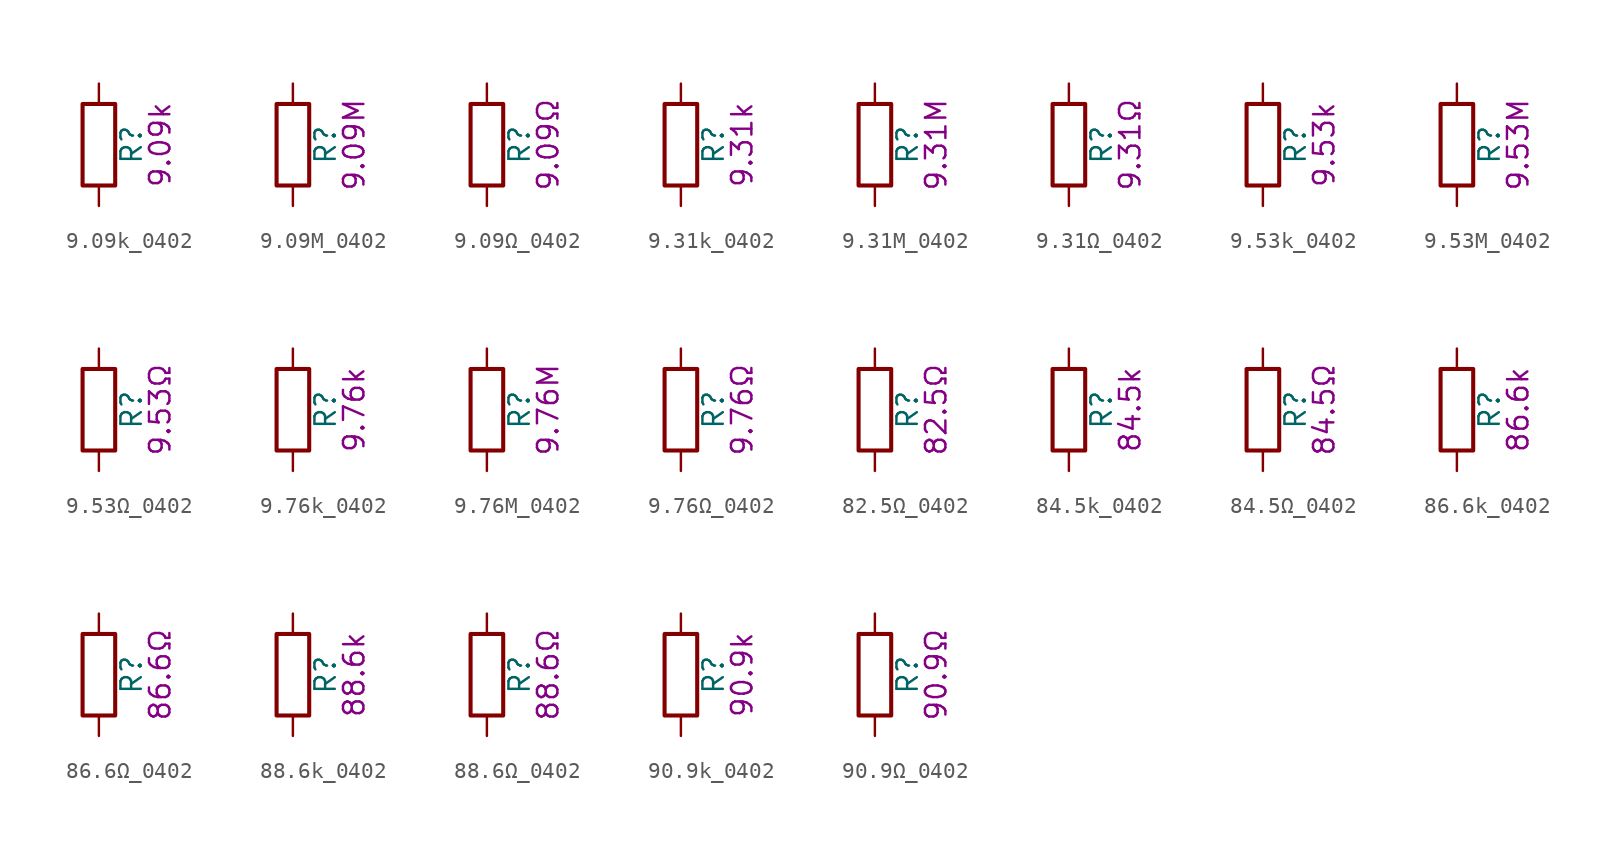
<source format=kicad_sym>
(kicad_symbol_lib
  (version 20211014)
  (generator kicad_symbol_editor)
  (symbol "9.09k_0402"
    (pin_numbers hide)
    (pin_names
      (offset 0))
    (property "Reference" "R"
      (at 2.032 0 90)
      (effects (font (size 1.27 1.27))))
    (property "Display" "9.09k"
      (at 3.81 0 90)
      (effects (font (size 1.27 1.27))))
    (symbol "9.09k_0402_0_1"
      (rectangle (start -1.016 -2.54) (end 1.016 2.54) (stroke (width 0.254) (type default) (color 0 0 0 0)) (fill (type none))))
    (symbol "9.09k_0402_1_1"
      (pin passive line (at 0 3.81 270) (length 1.27) (name "~" (effects (font (size 1.27 1.27)))) (number "1" (effects (font (size 1.27 1.27)))))
      (pin passive line (at 0 -3.81 90) (length 1.27) (name "~" (effects (font (size 1.27 1.27)))) (number "2" (effects (font (size 1.27 1.27)))))))
  (symbol "9.09M_0402"
    (pin_numbers hide)
    (pin_names
      (offset 0))
    (property "Reference" "R"
      (at 2.032 0 90)
      (effects (font (size 1.27 1.27))))
    (property "Display" "9.09M"
      (at 3.81 0 90)
      (effects (font (size 1.27 1.27))))
    (symbol "9.09M_0402_0_1"
      (rectangle (start -1.016 -2.54) (end 1.016 2.54) (stroke (width 0.254) (type default) (color 0 0 0 0)) (fill (type none))))
    (symbol "9.09M_0402_1_1"
      (pin passive line (at 0 3.81 270) (length 1.27) (name "~" (effects (font (size 1.27 1.27)))) (number "1" (effects (font (size 1.27 1.27)))))
      (pin passive line (at 0 -3.81 90) (length 1.27) (name "~" (effects (font (size 1.27 1.27)))) (number "2" (effects (font (size 1.27 1.27)))))))
  (symbol "9.09Ω_0402"
    (pin_numbers hide)
    (pin_names
      (offset 0))
    (property "Reference" "R"
      (at 2.032 0 90)
      (effects (font (size 1.27 1.27))))
    (property "Display" "9.09Ω"
      (at 3.81 0 90)
      (effects (font (size 1.27 1.27))))
    (symbol "9.09Ω_0402_0_1"
      (rectangle (start -1.016 -2.54) (end 1.016 2.54) (stroke (width 0.254) (type default) (color 0 0 0 0)) (fill (type none))))
    (symbol "9.09Ω_0402_1_1"
      (pin passive line (at 0 3.81 270) (length 1.27) (name "~" (effects (font (size 1.27 1.27)))) (number "1" (effects (font (size 1.27 1.27)))))
      (pin passive line (at 0 -3.81 90) (length 1.27) (name "~" (effects (font (size 1.27 1.27)))) (number "2" (effects (font (size 1.27 1.27)))))))
  (symbol "9.31k_0402"
    (pin_numbers hide)
    (pin_names
      (offset 0))
    (property "Reference" "R"
      (at 2.032 0 90)
      (effects (font (size 1.27 1.27))))
    (property "Display" "9.31k"
      (at 3.81 0 90)
      (effects (font (size 1.27 1.27))))
    (symbol "9.31k_0402_0_1"
      (rectangle (start -1.016 -2.54) (end 1.016 2.54) (stroke (width 0.254) (type default) (color 0 0 0 0)) (fill (type none))))
    (symbol "9.31k_0402_1_1"
      (pin passive line (at 0 3.81 270) (length 1.27) (name "~" (effects (font (size 1.27 1.27)))) (number "1" (effects (font (size 1.27 1.27)))))
      (pin passive line (at 0 -3.81 90) (length 1.27) (name "~" (effects (font (size 1.27 1.27)))) (number "2" (effects (font (size 1.27 1.27)))))))
  (symbol "9.31M_0402"
    (pin_numbers hide)
    (pin_names
      (offset 0))
    (property "Reference" "R"
      (at 2.032 0 90)
      (effects (font (size 1.27 1.27))))
    (property "Display" "9.31M"
      (at 3.81 0 90)
      (effects (font (size 1.27 1.27))))
    (symbol "9.31M_0402_0_1"
      (rectangle (start -1.016 -2.54) (end 1.016 2.54) (stroke (width 0.254) (type default) (color 0 0 0 0)) (fill (type none))))
    (symbol "9.31M_0402_1_1"
      (pin passive line (at 0 3.81 270) (length 1.27) (name "~" (effects (font (size 1.27 1.27)))) (number "1" (effects (font (size 1.27 1.27)))))
      (pin passive line (at 0 -3.81 90) (length 1.27) (name "~" (effects (font (size 1.27 1.27)))) (number "2" (effects (font (size 1.27 1.27)))))))
  (symbol "9.31Ω_0402"
    (pin_numbers hide)
    (pin_names
      (offset 0))
    (property "Reference" "R"
      (at 2.032 0 90)
      (effects (font (size 1.27 1.27))))
    (property "Display" "9.31Ω"
      (at 3.81 0 90)
      (effects (font (size 1.27 1.27))))
    (symbol "9.31Ω_0402_0_1"
      (rectangle (start -1.016 -2.54) (end 1.016 2.54) (stroke (width 0.254) (type default) (color 0 0 0 0)) (fill (type none))))
    (symbol "9.31Ω_0402_1_1"
      (pin passive line (at 0 3.81 270) (length 1.27) (name "~" (effects (font (size 1.27 1.27)))) (number "1" (effects (font (size 1.27 1.27)))))
      (pin passive line (at 0 -3.81 90) (length 1.27) (name "~" (effects (font (size 1.27 1.27)))) (number "2" (effects (font (size 1.27 1.27)))))))
  (symbol "9.53k_0402"
    (pin_numbers hide)
    (pin_names
      (offset 0))
    (property "Reference" "R"
      (at 2.032 0 90)
      (effects (font (size 1.27 1.27))))
    (property "Display" "9.53k"
      (at 3.81 0 90)
      (effects (font (size 1.27 1.27))))
    (symbol "9.53k_0402_0_1"
      (rectangle (start -1.016 -2.54) (end 1.016 2.54) (stroke (width 0.254) (type default) (color 0 0 0 0)) (fill (type none))))
    (symbol "9.53k_0402_1_1"
      (pin passive line (at 0 3.81 270) (length 1.27) (name "~" (effects (font (size 1.27 1.27)))) (number "1" (effects (font (size 1.27 1.27)))))
      (pin passive line (at 0 -3.81 90) (length 1.27) (name "~" (effects (font (size 1.27 1.27)))) (number "2" (effects (font (size 1.27 1.27)))))))
  (symbol "9.53M_0402"
    (pin_numbers hide)
    (pin_names
      (offset 0))
    (property "Reference" "R"
      (at 2.032 0 90)
      (effects (font (size 1.27 1.27))))
    (property "Display" "9.53M"
      (at 3.81 0 90)
      (effects (font (size 1.27 1.27))))
    (symbol "9.53M_0402_0_1"
      (rectangle (start -1.016 -2.54) (end 1.016 2.54) (stroke (width 0.254) (type default) (color 0 0 0 0)) (fill (type none))))
    (symbol "9.53M_0402_1_1"
      (pin passive line (at 0 3.81 270) (length 1.27) (name "~" (effects (font (size 1.27 1.27)))) (number "1" (effects (font (size 1.27 1.27)))))
      (pin passive line (at 0 -3.81 90) (length 1.27) (name "~" (effects (font (size 1.27 1.27)))) (number "2" (effects (font (size 1.27 1.27)))))))
  (symbol "9.53Ω_0402"
    (pin_numbers hide)
    (pin_names
      (offset 0))
    (property "Reference" "R"
      (at 2.032 0 90)
      (effects (font (size 1.27 1.27))))
    (property "Display" "9.53Ω"
      (at 3.81 0 90)
      (effects (font (size 1.27 1.27))))
    (symbol "9.53Ω_0402_0_1"
      (rectangle (start -1.016 -2.54) (end 1.016 2.54) (stroke (width 0.254) (type default) (color 0 0 0 0)) (fill (type none))))
    (symbol "9.53Ω_0402_1_1"
      (pin passive line (at 0 3.81 270) (length 1.27) (name "~" (effects (font (size 1.27 1.27)))) (number "1" (effects (font (size 1.27 1.27)))))
      (pin passive line (at 0 -3.81 90) (length 1.27) (name "~" (effects (font (size 1.27 1.27)))) (number "2" (effects (font (size 1.27 1.27)))))))
  (symbol "9.76k_0402"
    (pin_numbers hide)
    (pin_names
      (offset 0))
    (property "Reference" "R"
      (at 2.032 0 90)
      (effects (font (size 1.27 1.27))))
    (property "Display" "9.76k"
      (at 3.81 0 90)
      (effects (font (size 1.27 1.27))))
    (symbol "9.76k_0402_0_1"
      (rectangle (start -1.016 -2.54) (end 1.016 2.54) (stroke (width 0.254) (type default) (color 0 0 0 0)) (fill (type none))))
    (symbol "9.76k_0402_1_1"
      (pin passive line (at 0 3.81 270) (length 1.27) (name "~" (effects (font (size 1.27 1.27)))) (number "1" (effects (font (size 1.27 1.27)))))
      (pin passive line (at 0 -3.81 90) (length 1.27) (name "~" (effects (font (size 1.27 1.27)))) (number "2" (effects (font (size 1.27 1.27)))))))
  (symbol "9.76M_0402"
    (pin_numbers hide)
    (pin_names
      (offset 0))
    (property "Reference" "R"
      (at 2.032 0 90)
      (effects (font (size 1.27 1.27))))
    (property "Display" "9.76M"
      (at 3.81 0 90)
      (effects (font (size 1.27 1.27))))
    (symbol "9.76M_0402_0_1"
      (rectangle (start -1.016 -2.54) (end 1.016 2.54) (stroke (width 0.254) (type default) (color 0 0 0 0)) (fill (type none))))
    (symbol "9.76M_0402_1_1"
      (pin passive line (at 0 3.81 270) (length 1.27) (name "~" (effects (font (size 1.27 1.27)))) (number "1" (effects (font (size 1.27 1.27)))))
      (pin passive line (at 0 -3.81 90) (length 1.27) (name "~" (effects (font (size 1.27 1.27)))) (number "2" (effects (font (size 1.27 1.27)))))))
  (symbol "9.76Ω_0402"
    (pin_numbers hide)
    (pin_names
      (offset 0))
    (property "Reference" "R"
      (at 2.032 0 90)
      (effects (font (size 1.27 1.27))))
    (property "Display" "9.76Ω"
      (at 3.81 0 90)
      (effects (font (size 1.27 1.27))))
    (symbol "9.76Ω_0402_0_1"
      (rectangle (start -1.016 -2.54) (end 1.016 2.54) (stroke (width 0.254) (type default) (color 0 0 0 0)) (fill (type none))))
    (symbol "9.76Ω_0402_1_1"
      (pin passive line (at 0 3.81 270) (length 1.27) (name "~" (effects (font (size 1.27 1.27)))) (number "1" (effects (font (size 1.27 1.27)))))
      (pin passive line (at 0 -3.81 90) (length 1.27) (name "~" (effects (font (size 1.27 1.27)))) (number "2" (effects (font (size 1.27 1.27)))))))
  (symbol "82.5Ω_0402"
    (pin_numbers hide)
    (pin_names
      (offset 0))
    (property "Reference" "R"
      (at 2.032 0 90)
      (effects (font (size 1.27 1.27))))
    (property "Display" "82.5Ω"
      (at 3.81 0 90)
      (effects (font (size 1.27 1.27))))
    (symbol "82.5Ω_0402_0_1"
      (rectangle (start -1.016 -2.54) (end 1.016 2.54) (stroke (width 0.254) (type default) (color 0 0 0 0)) (fill (type none))))
    (symbol "82.5Ω_0402_1_1"
      (pin passive line (at 0 3.81 270) (length 1.27) (name "~" (effects (font (size 1.27 1.27)))) (number "1" (effects (font (size 1.27 1.27)))))
      (pin passive line (at 0 -3.81 90) (length 1.27) (name "~" (effects (font (size 1.27 1.27)))) (number "2" (effects (font (size 1.27 1.27)))))))
  (symbol "84.5k_0402"
    (pin_numbers hide)
    (pin_names
      (offset 0))
    (property "Reference" "R"
      (at 2.032 0 90)
      (effects (font (size 1.27 1.27))))
    (property "Display" "84.5k"
      (at 3.81 0 90)
      (effects (font (size 1.27 1.27))))
    (symbol "84.5k_0402_0_1"
      (rectangle (start -1.016 -2.54) (end 1.016 2.54) (stroke (width 0.254) (type default) (color 0 0 0 0)) (fill (type none))))
    (symbol "84.5k_0402_1_1"
      (pin passive line (at 0 3.81 270) (length 1.27) (name "~" (effects (font (size 1.27 1.27)))) (number "1" (effects (font (size 1.27 1.27)))))
      (pin passive line (at 0 -3.81 90) (length 1.27) (name "~" (effects (font (size 1.27 1.27)))) (number "2" (effects (font (size 1.27 1.27)))))))
  (symbol "84.5Ω_0402"
    (pin_numbers hide)
    (pin_names
      (offset 0))
    (property "Reference" "R"
      (at 2.032 0 90)
      (effects (font (size 1.27 1.27))))
    (property "Display" "84.5Ω"
      (at 3.81 0 90)
      (effects (font (size 1.27 1.27))))
    (symbol "84.5Ω_0402_0_1"
      (rectangle (start -1.016 -2.54) (end 1.016 2.54) (stroke (width 0.254) (type default) (color 0 0 0 0)) (fill (type none))))
    (symbol "84.5Ω_0402_1_1"
      (pin passive line (at 0 3.81 270) (length 1.27) (name "~" (effects (font (size 1.27 1.27)))) (number "1" (effects (font (size 1.27 1.27)))))
      (pin passive line (at 0 -3.81 90) (length 1.27) (name "~" (effects (font (size 1.27 1.27)))) (number "2" (effects (font (size 1.27 1.27)))))))
  (symbol "86.6k_0402"
    (pin_numbers hide)
    (pin_names
      (offset 0))
    (property "Reference" "R"
      (at 2.032 0 90)
      (effects (font (size 1.27 1.27))))
    (property "Display" "86.6k"
      (at 3.81 0 90)
      (effects (font (size 1.27 1.27))))
    (symbol "86.6k_0402_0_1"
      (rectangle (start -1.016 -2.54) (end 1.016 2.54) (stroke (width 0.254) (type default) (color 0 0 0 0)) (fill (type none))))
    (symbol "86.6k_0402_1_1"
      (pin passive line (at 0 3.81 270) (length 1.27) (name "~" (effects (font (size 1.27 1.27)))) (number "1" (effects (font (size 1.27 1.27)))))
      (pin passive line (at 0 -3.81 90) (length 1.27) (name "~" (effects (font (size 1.27 1.27)))) (number "2" (effects (font (size 1.27 1.27)))))))
  (symbol "86.6Ω_0402"
    (pin_numbers hide)
    (pin_names
      (offset 0))
    (property "Reference" "R"
      (at 2.032 0 90)
      (effects (font (size 1.27 1.27))))
    (property "Display" "86.6Ω"
      (at 3.81 0 90)
      (effects (font (size 1.27 1.27))))
    (symbol "86.6Ω_0402_0_1"
      (rectangle (start -1.016 -2.54) (end 1.016 2.54) (stroke (width 0.254) (type default) (color 0 0 0 0)) (fill (type none))))
    (symbol "86.6Ω_0402_1_1"
      (pin passive line (at 0 3.81 270) (length 1.27) (name "~" (effects (font (size 1.27 1.27)))) (number "1" (effects (font (size 1.27 1.27)))))
      (pin passive line (at 0 -3.81 90) (length 1.27) (name "~" (effects (font (size 1.27 1.27)))) (number "2" (effects (font (size 1.27 1.27)))))))
  (symbol "88.6k_0402"
    (pin_numbers hide)
    (pin_names
      (offset 0))
    (property "Reference" "R"
      (at 2.032 0 90)
      (effects (font (size 1.27 1.27))))
    (property "Display" "88.6k"
      (at 3.81 0 90)
      (effects (font (size 1.27 1.27))))
    (symbol "88.6k_0402_0_1"
      (rectangle (start -1.016 -2.54) (end 1.016 2.54) (stroke (width 0.254) (type default) (color 0 0 0 0)) (fill (type none))))
    (symbol "88.6k_0402_1_1"
      (pin passive line (at 0 3.81 270) (length 1.27) (name "~" (effects (font (size 1.27 1.27)))) (number "1" (effects (font (size 1.27 1.27)))))
      (pin passive line (at 0 -3.81 90) (length 1.27) (name "~" (effects (font (size 1.27 1.27)))) (number "2" (effects (font (size 1.27 1.27)))))))
  (symbol "88.6Ω_0402"
    (pin_numbers hide)
    (pin_names
      (offset 0))
    (property "Reference" "R"
      (at 2.032 0 90)
      (effects (font (size 1.27 1.27))))
    (property "Display" "88.6Ω"
      (at 3.81 0 90)
      (effects (font (size 1.27 1.27))))
    (symbol "88.6Ω_0402_0_1"
      (rectangle (start -1.016 -2.54) (end 1.016 2.54) (stroke (width 0.254) (type default) (color 0 0 0 0)) (fill (type none))))
    (symbol "88.6Ω_0402_1_1"
      (pin passive line (at 0 3.81 270) (length 1.27) (name "~" (effects (font (size 1.27 1.27)))) (number "1" (effects (font (size 1.27 1.27)))))
      (pin passive line (at 0 -3.81 90) (length 1.27) (name "~" (effects (font (size 1.27 1.27)))) (number "2" (effects (font (size 1.27 1.27)))))))
  (symbol "90.9k_0402"
    (pin_numbers hide)
    (pin_names
      (offset 0))
    (property "Reference" "R"
      (at 2.032 0 90)
      (effects (font (size 1.27 1.27))))
    (property "Display" "90.9k"
      (at 3.81 0 90)
      (effects (font (size 1.27 1.27))))
    (symbol "90.9k_0402_0_1"
      (rectangle (start -1.016 -2.54) (end 1.016 2.54) (stroke (width 0.254) (type default) (color 0 0 0 0)) (fill (type none))))
    (symbol "90.9k_0402_1_1"
      (pin passive line (at 0 3.81 270) (length 1.27) (name "~" (effects (font (size 1.27 1.27)))) (number "1" (effects (font (size 1.27 1.27)))))
      (pin passive line (at 0 -3.81 90) (length 1.27) (name "~" (effects (font (size 1.27 1.27)))) (number "2" (effects (font (size 1.27 1.27)))))))
  (symbol "90.9Ω_0402"
    (pin_numbers hide)
    (pin_names
      (offset 0))
    (property "Reference" "R"
      (at 2.032 0 90)
      (effects (font (size 1.27 1.27))))
    (property "Display" "90.9Ω"
      (at 3.81 0 90)
      (effects (font (size 1.27 1.27))))
    (symbol "90.9Ω_0402_0_1"
      (rectangle (start -1.016 -2.54) (end 1.016 2.54) (stroke (width 0.254) (type default) (color 0 0 0 0)) (fill (type none))))
    (symbol "90.9Ω_0402_1_1"
      (pin passive line (at 0 3.81 270) (length 1.27) (name "~" (effects (font (size 1.27 1.27)))) (number "1" (effects (font (size 1.27 1.27)))))
      (pin passive line (at 0 -3.81 90) (length 1.27) (name "~" (effects (font (size 1.27 1.27)))) (number "2" (effects (font (size 1.27 1.27))))))))
</source>
